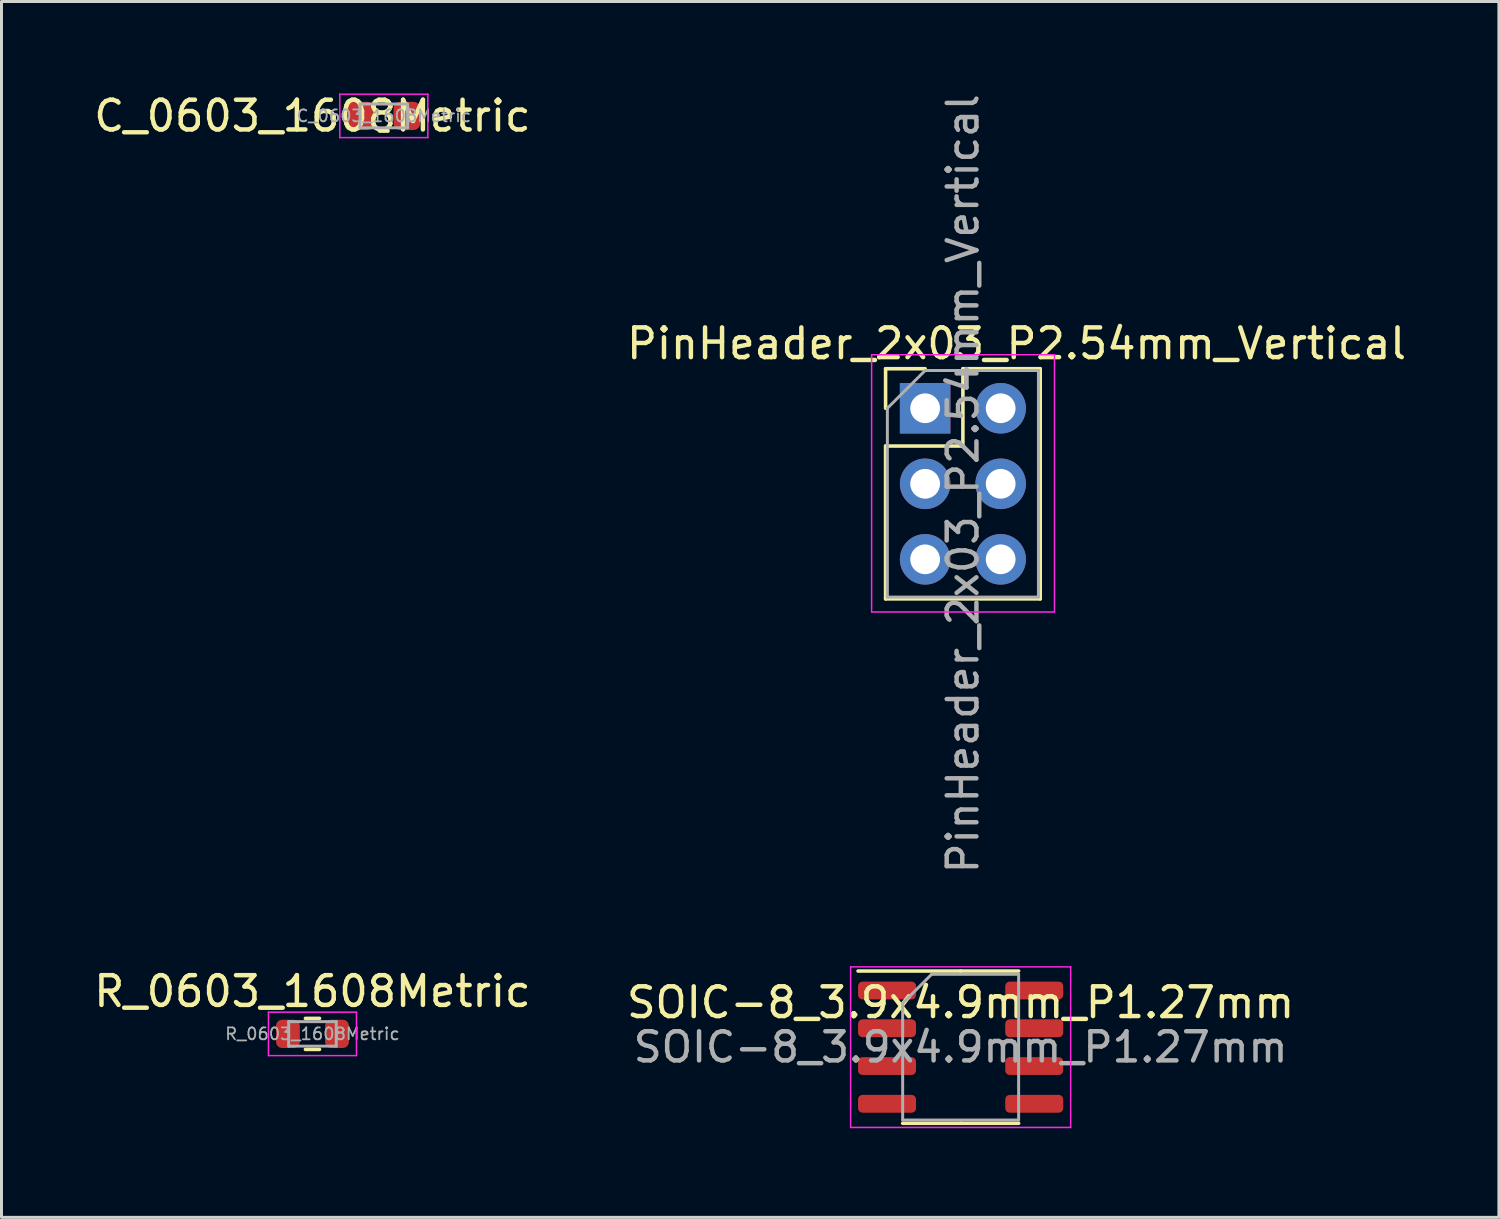
<source format=kicad_pcb>
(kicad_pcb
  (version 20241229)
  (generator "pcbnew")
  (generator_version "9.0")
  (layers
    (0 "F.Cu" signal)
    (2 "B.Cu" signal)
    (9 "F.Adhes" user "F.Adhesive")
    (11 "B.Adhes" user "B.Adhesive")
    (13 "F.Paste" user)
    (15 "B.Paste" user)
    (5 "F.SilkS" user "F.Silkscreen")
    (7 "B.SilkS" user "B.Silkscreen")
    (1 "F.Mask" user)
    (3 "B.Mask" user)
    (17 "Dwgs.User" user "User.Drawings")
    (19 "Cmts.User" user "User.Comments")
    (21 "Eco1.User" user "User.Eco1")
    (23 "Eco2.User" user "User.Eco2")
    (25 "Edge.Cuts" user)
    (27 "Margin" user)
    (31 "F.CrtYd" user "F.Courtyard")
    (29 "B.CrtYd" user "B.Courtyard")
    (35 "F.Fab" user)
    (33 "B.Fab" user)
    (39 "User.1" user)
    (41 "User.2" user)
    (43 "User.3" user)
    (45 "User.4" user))
  (footprint "PinHeader_2x03_P2.54mm_Vertical"
    (layer "F.Cu")
    (at 28.062 10.68)
    (property "Reference" "PinHeader_2x03_P2.54mm_Vertical" (at 3.075 -2.175 0) (layer "F.SilkS") (effects (font (size 1 1) (thickness 0.15))))
    (attr through_hole)
    (fp_line (start -1.33 -1.33) (end 0 -1.33) (stroke (width 0.12) (type solid)) (layer "F.SilkS"))
    (fp_line (start -1.33 0) (end -1.33 -1.33) (stroke (width 0.12) (type solid)) (layer "F.SilkS"))
    (fp_line (start -1.33 1.27) (end -1.33 6.41) (stroke (width 0.12) (type solid)) (layer "F.SilkS"))
    (fp_line (start -1.33 1.27) (end 1.27 1.27) (stroke (width 0.12) (type solid)) (layer "F.SilkS"))
    (fp_line (start -1.33 6.41) (end 3.87 6.41) (stroke (width 0.12) (type solid)) (layer "F.SilkS"))
    (fp_line (start 1.27 -1.33) (end 3.87 -1.33) (stroke (width 0.12) (type solid)) (layer "F.SilkS"))
    (fp_line (start 1.27 1.27) (end 1.27 -1.33) (stroke (width 0.12) (type solid)) (layer "F.SilkS"))
    (fp_line (start 3.87 -1.33) (end 3.87 6.41) (stroke (width 0.12) (type solid)) (layer "F.SilkS"))
    (fp_line (start -1.8 -1.8) (end -1.8 6.85) (stroke (width 0.05) (type solid)) (layer "F.CrtYd"))
    (fp_line (start -1.8 6.85) (end 4.35 6.85) (stroke (width 0.05) (type solid)) (layer "F.CrtYd"))
    (fp_line (start 4.35 -1.8) (end -1.8 -1.8) (stroke (width 0.05) (type solid)) (layer "F.CrtYd"))
    (fp_line (start 4.35 6.85) (end 4.35 -1.8) (stroke (width 0.05) (type solid)) (layer "F.CrtYd"))
    (fp_line (start -1.27 0) (end 0 -1.27) (stroke (width 0.1) (type solid)) (layer "F.Fab"))
    (fp_line (start -1.27 6.35) (end -1.27 0) (stroke (width 0.1) (type solid)) (layer "F.Fab"))
    (fp_line (start 0 -1.27) (end 3.81 -1.27) (stroke (width 0.1) (type solid)) (layer "F.Fab"))
    (fp_line (start 3.81 -1.27) (end 3.81 6.35) (stroke (width 0.1) (type solid)) (layer "F.Fab"))
    (fp_line (start 3.81 6.35) (end -1.27 6.35) (stroke (width 0.1) (type solid)) (layer "F.Fab"))
    (fp_text user "${REFERENCE}" (at 1.27 2.54 270) (layer "F.Fab") (effects (font (size 1 1) (thickness 0.15))))
    (pad "1" thru_hole rect (at 0 0) (size 1.7 1.7) (drill 1) (layers "*.Cu" "*.Mask"))
    (pad "2" thru_hole oval (at 2.54 0) (size 1.7 1.7) (drill 1) (layers "*.Cu" "*.Mask"))
    (pad "3" thru_hole oval (at 0 2.54) (size 1.7 1.7) (drill 1) (layers "*.Cu" "*.Mask"))
    (pad "4" thru_hole oval (at 2.54 2.54) (size 1.7 1.7) (drill 1) (layers "*.Cu" "*.Mask"))
    (pad "5" thru_hole oval (at 0 5.08) (size 1.7 1.7) (drill 1) (layers "*.Cu" "*.Mask"))
    (pad "6" thru_hole oval (at 2.54 5.08) (size 1.7 1.7) (drill 1) (layers "*.Cu" "*.Mask")))
  (footprint "SOIC-8_3.9x4.9mm_P1.27mm"
    (layer "F.Cu")
    (at 29.256 32.165)
    (property "Reference" "SOIC-8_3.9x4.9mm_P1.27mm" (at 0 -1.5 0) (layer "F.SilkS") (effects (font (size 1 1) (thickness 0.15))))
    (attr smd)
    (fp_line (start 0 -2.56) (end -3.45 -2.56) (stroke (width 0.12) (type solid)) (layer "F.SilkS"))
    (fp_line (start 0 -2.56) (end 1.95 -2.56) (stroke (width 0.12) (type solid)) (layer "F.SilkS"))
    (fp_line (start 0 2.56) (end -1.95 2.56) (stroke (width 0.12) (type solid)) (layer "F.SilkS"))
    (fp_line (start 0 2.56) (end 1.95 2.56) (stroke (width 0.12) (type solid)) (layer "F.SilkS"))
    (fp_line (start -3.7 -2.7) (end -3.7 2.7) (stroke (width 0.05) (type solid)) (layer "F.CrtYd"))
    (fp_line (start -3.7 2.7) (end 3.7 2.7) (stroke (width 0.05) (type solid)) (layer "F.CrtYd"))
    (fp_line (start 3.7 -2.7) (end -3.7 -2.7) (stroke (width 0.05) (type solid)) (layer "F.CrtYd"))
    (fp_line (start 3.7 2.7) (end 3.7 -2.7) (stroke (width 0.05) (type solid)) (layer "F.CrtYd"))
    (fp_line (start -1.95 -1.475) (end -0.975 -2.45) (stroke (width 0.1) (type solid)) (layer "F.Fab"))
    (fp_line (start -1.95 2.45) (end -1.95 -1.475) (stroke (width 0.1) (type solid)) (layer "F.Fab"))
    (fp_line (start -0.975 -2.45) (end 1.95 -2.45) (stroke (width 0.1) (type solid)) (layer "F.Fab"))
    (fp_line (start 1.95 -2.45) (end 1.95 2.45) (stroke (width 0.1) (type solid)) (layer "F.Fab"))
    (fp_line (start 1.95 2.45) (end -1.95 2.45) (stroke (width 0.1) (type solid)) (layer "F.Fab"))
    (fp_text user "${REFERENCE}" (at 0 0 0) (layer "F.Fab") (effects (font (size 0.98 0.98) (thickness 0.15))))
    (pad "1" smd roundrect (at -2.475 -1.905) (size 1.95 0.6) (layers "F.Cu" "F.Mask" "F.Paste") (roundrect_rratio 0.25))
    (pad "2" smd roundrect (at -2.475 -0.635) (size 1.95 0.6) (layers "F.Cu" "F.Mask" "F.Paste") (roundrect_rratio 0.25))
    (pad "3" smd roundrect (at -2.475 0.635) (size 1.95 0.6) (layers "F.Cu" "F.Mask" "F.Paste") (roundrect_rratio 0.25))
    (pad "4" smd roundrect (at -2.475 1.905) (size 1.95 0.6) (layers "F.Cu" "F.Mask" "F.Paste") (roundrect_rratio 0.25))
    (pad "5" smd roundrect (at 2.475 1.905) (size 1.95 0.6) (layers "F.Cu" "F.Mask" "F.Paste") (roundrect_rratio 0.25))
    (pad "6" smd roundrect (at 2.475 0.635) (size 1.95 0.6) (layers "F.Cu" "F.Mask" "F.Paste") (roundrect_rratio 0.25))
    (pad "7" smd roundrect (at 2.475 -0.635) (size 1.95 0.6) (layers "F.Cu" "F.Mask" "F.Paste") (roundrect_rratio 0.25))
    (pad "8" smd roundrect (at 2.475 -1.905) (size 1.95 0.6) (layers "F.Cu" "F.Mask" "F.Paste") (roundrect_rratio 0.25)))
  (footprint "R_0603_1608Metric"
    (layer "F.Cu")
    (at 7.458 31.719)
    (property "Reference" "R_0603_1608Metric" (at 0 -1.43 180) (layer "F.SilkS") (effects (font (size 1 1) (thickness 0.15))))
    (attr smd)
    (fp_line (start -0.237 -0.522) (end 0.237 -0.522) (stroke (width 0.12) (type solid)) (layer "F.SilkS"))
    (fp_line (start -0.237 0.522) (end 0.237 0.522) (stroke (width 0.12) (type solid)) (layer "F.SilkS"))
    (fp_line (start -1.48 -0.73) (end 1.48 -0.73) (stroke (width 0.05) (type solid)) (layer "F.CrtYd"))
    (fp_line (start -1.48 0.73) (end -1.48 -0.73) (stroke (width 0.05) (type solid)) (layer "F.CrtYd"))
    (fp_line (start 1.48 -0.73) (end 1.48 0.73) (stroke (width 0.05) (type solid)) (layer "F.CrtYd"))
    (fp_line (start 1.48 0.73) (end -1.48 0.73) (stroke (width 0.05) (type solid)) (layer "F.CrtYd"))
    (fp_line (start -0.8 -0.412) (end 0.8 -0.412) (stroke (width 0.1) (type solid)) (layer "F.Fab"))
    (fp_line (start -0.8 0.412) (end -0.8 -0.412) (stroke (width 0.1) (type solid)) (layer "F.Fab"))
    (fp_line (start 0.8 -0.412) (end 0.8 0.412) (stroke (width 0.1) (type solid)) (layer "F.Fab"))
    (fp_line (start 0.8 0.412) (end -0.8 0.412) (stroke (width 0.1) (type solid)) (layer "F.Fab"))
    (fp_text user "${REFERENCE}" (at 0 0 180) (layer "F.Fab") (effects (font (size 0.4 0.4) (thickness 0.06))))
    (pad "1" smd roundrect (at -0.825 0) (size 0.8 0.95) (layers "F.Cu" "F.Mask" "F.Paste") (roundrect_rratio 0.25))
    (pad "2" smd roundrect (at 0.825 0) (size 0.8 0.95) (layers "F.Cu" "F.Mask" "F.Paste") (roundrect_rratio 0.25)))
  (footprint "C_0603_1608Metric"
    (layer "F.Cu")
    (at 9.858 0.848)
    (property "Reference" "C_0603_1608Metric" (at -2.4 0 180) (layer "F.SilkS") (effects (font (size 1 1) (thickness 0.15))))
    (attr smd)
    (fp_line (start -0.141 -0.51) (end 0.141 -0.51) (stroke (width 0.12) (type solid)) (layer "F.SilkS"))
    (fp_line (start -0.141 0.51) (end 0.141 0.51) (stroke (width 0.12) (type solid)) (layer "F.SilkS"))
    (fp_line (start -1.48 -0.73) (end 1.48 -0.73) (stroke (width 0.05) (type solid)) (layer "F.CrtYd"))
    (fp_line (start -1.48 0.73) (end -1.48 -0.73) (stroke (width 0.05) (type solid)) (layer "F.CrtYd"))
    (fp_line (start 1.48 -0.73) (end 1.48 0.73) (stroke (width 0.05) (type solid)) (layer "F.CrtYd"))
    (fp_line (start 1.48 0.73) (end -1.48 0.73) (stroke (width 0.05) (type solid)) (layer "F.CrtYd"))
    (fp_line (start -0.8 -0.4) (end 0.8 -0.4) (stroke (width 0.1) (type solid)) (layer "F.Fab"))
    (fp_line (start -0.8 0.4) (end -0.8 -0.4) (stroke (width 0.1) (type solid)) (layer "F.Fab"))
    (fp_line (start 0.8 -0.4) (end 0.8 0.4) (stroke (width 0.1) (type solid)) (layer "F.Fab"))
    (fp_line (start 0.8 0.4) (end -0.8 0.4) (stroke (width 0.1) (type solid)) (layer "F.Fab"))
    (fp_text user "${REFERENCE}" (at 0 0 180) (layer "F.Fab") (effects (font (size 0.4 0.4) (thickness 0.06))))
    (pad "1" smd roundrect (at -0.775 0) (size 0.9 0.95) (layers "F.Cu" "F.Mask" "F.Paste") (roundrect_rratio 0.25))
    (pad "2" smd roundrect (at 0.775 0) (size 0.9 0.95) (layers "F.Cu" "F.Mask" "F.Paste") (roundrect_rratio 0.25)))
  (gr_rect
    (start -3 -3)
    (end 47.357 37.89)
    (stroke (width 0.1) (type default))
    (fill no)
    (layer "Edge.Cuts")))
</source>
